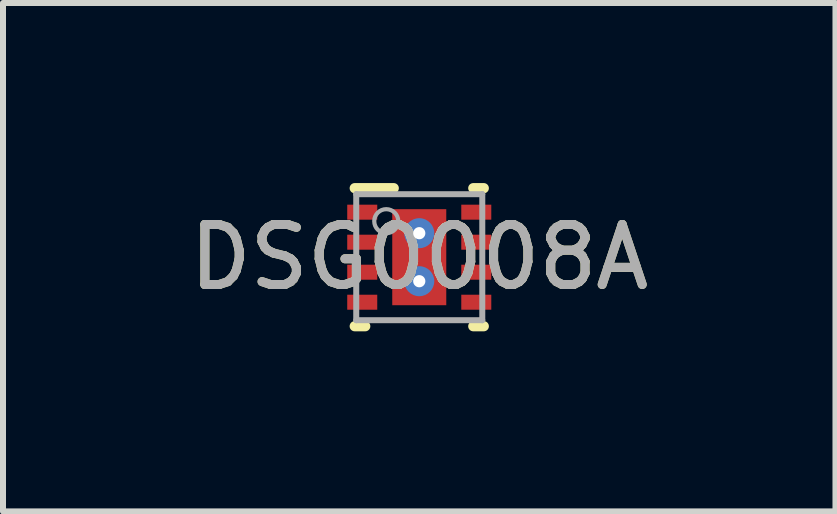
<source format=kicad_pcb>
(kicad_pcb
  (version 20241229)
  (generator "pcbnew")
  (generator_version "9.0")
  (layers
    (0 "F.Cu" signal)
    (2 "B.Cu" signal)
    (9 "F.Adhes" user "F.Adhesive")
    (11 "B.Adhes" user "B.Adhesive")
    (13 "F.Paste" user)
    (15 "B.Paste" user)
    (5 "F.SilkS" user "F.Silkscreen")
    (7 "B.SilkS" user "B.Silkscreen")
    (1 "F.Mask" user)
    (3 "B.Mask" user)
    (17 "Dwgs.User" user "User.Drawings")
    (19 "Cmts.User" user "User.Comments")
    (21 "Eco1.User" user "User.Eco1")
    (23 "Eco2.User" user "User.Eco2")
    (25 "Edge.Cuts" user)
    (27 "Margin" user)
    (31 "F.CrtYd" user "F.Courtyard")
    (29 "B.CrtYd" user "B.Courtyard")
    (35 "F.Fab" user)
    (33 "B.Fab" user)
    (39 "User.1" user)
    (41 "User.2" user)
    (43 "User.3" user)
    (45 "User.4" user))
  (footprint "DSG0008A"
    (layer "F.Cu")
    (at 3.935 1.235)
    (property "Reference" "DSG0008A" (at 0 0 0) (unlocked yes) (layer "F.SilkS") (effects (font (size 1 1) (thickness 0.15))))
    (attr smd)
    (fp_line (start -1.075 -1.15) (end -0.425 -1.15) (stroke (width 0.17) (type solid)) (layer "F.SilkS"))
    (fp_line (start -1.075 1.15) (end -0.9 1.15) (stroke (width 0.17) (type solid)) (layer "F.SilkS"))
    (fp_line (start 0.9 -1.15) (end 1.075 -1.15) (stroke (width 0.17) (type solid)) (layer "F.SilkS"))
    (fp_line (start 0.9 1.15) (end 1.075 1.15) (stroke (width 0.17) (type solid)) (layer "F.SilkS"))
    (fp_poly (pts (xy -0.427 0.733) (xy 0.427 0.733) (xy 0.427 -0.733) (xy -0.427 -0.733)) (stroke (width 0) (type solid)) (fill yes) (layer "F.Paste"))
    (fp_line (start -1.05 -1.05) (end 1.05 -1.05) (stroke (width 0.1) (type solid)) (layer "F.Fab"))
    (fp_line (start -1.05 1.05) (end -1.05 -1.05) (stroke (width 0.1) (type solid)) (layer "F.Fab"))
    (fp_line (start -1.05 1.05) (end 1.05 1.05) (stroke (width 0.1) (type solid)) (layer "F.Fab"))
    (fp_line (start 1.05 1.05) (end 1.05 -1.05) (stroke (width 0.1) (type solid)) (layer "F.Fab"))
    (fp_circle (center -0.55 -0.6) (end -0.35 -0.6) (stroke (width 0.07) (type solid)) (fill no) (layer "F.Fab"))
    (fp_text user "${REFERENCE}" (at 0 0 0) (unlocked yes) (layer "F.Fab") (effects (font (size 1 1) (thickness 0.15))))
    (pad "1" smd rect (at -0.95 -0.75 90) (size 0.25 0.5) (layers "F.Cu" "F.Mask" "F.Paste"))
    (pad "2" smd rect (at -0.95 -0.25 90) (size 0.25 0.5) (layers "F.Cu" "F.Mask" "F.Paste"))
    (pad "3" smd rect (at -0.95 0.25 90) (size 0.25 0.5) (layers "F.Cu" "F.Mask" "F.Paste"))
    (pad "4" smd rect (at -0.95 0.75 90) (size 0.25 0.5) (layers "F.Cu" "F.Mask" "F.Paste"))
    (pad "5" smd rect (at 0.95 0.75 90) (size 0.25 0.5) (layers "F.Cu" "F.Mask" "F.Paste"))
    (pad "6" smd rect (at 0.95 0.25 90) (size 0.25 0.5) (layers "F.Cu" "F.Mask" "F.Paste"))
    (pad "7" smd rect (at 0.95 -0.25 90) (size 0.25 0.5) (layers "F.Cu" "F.Mask" "F.Paste"))
    (pad "8" smd rect (at 0.95 -0.75 90) (size 0.25 0.5) (layers "F.Cu" "F.Mask" "F.Paste"))
    (pad "9" smd rect (at 0 -0.000003) (size 0.9 1.6) (layers "F.Cu" "F.Mask" "F.Paste"))
    (pad "V" thru_hole circle (at 0 -0.4) (size 0.5 0.5) (drill 0.203) (layers "*.Cu" "*.Mask"))
    (pad "V" thru_hole circle (at 0 0.4) (size 0.5 0.5) (drill 0.203) (layers "*.Cu" "*.Mask")))
  (gr_rect
    (start -3 -3)
    (end 10.869 5.47)
    (stroke (width 0.1) (type default))
    (fill no)
    (layer "Edge.Cuts")))
</source>
